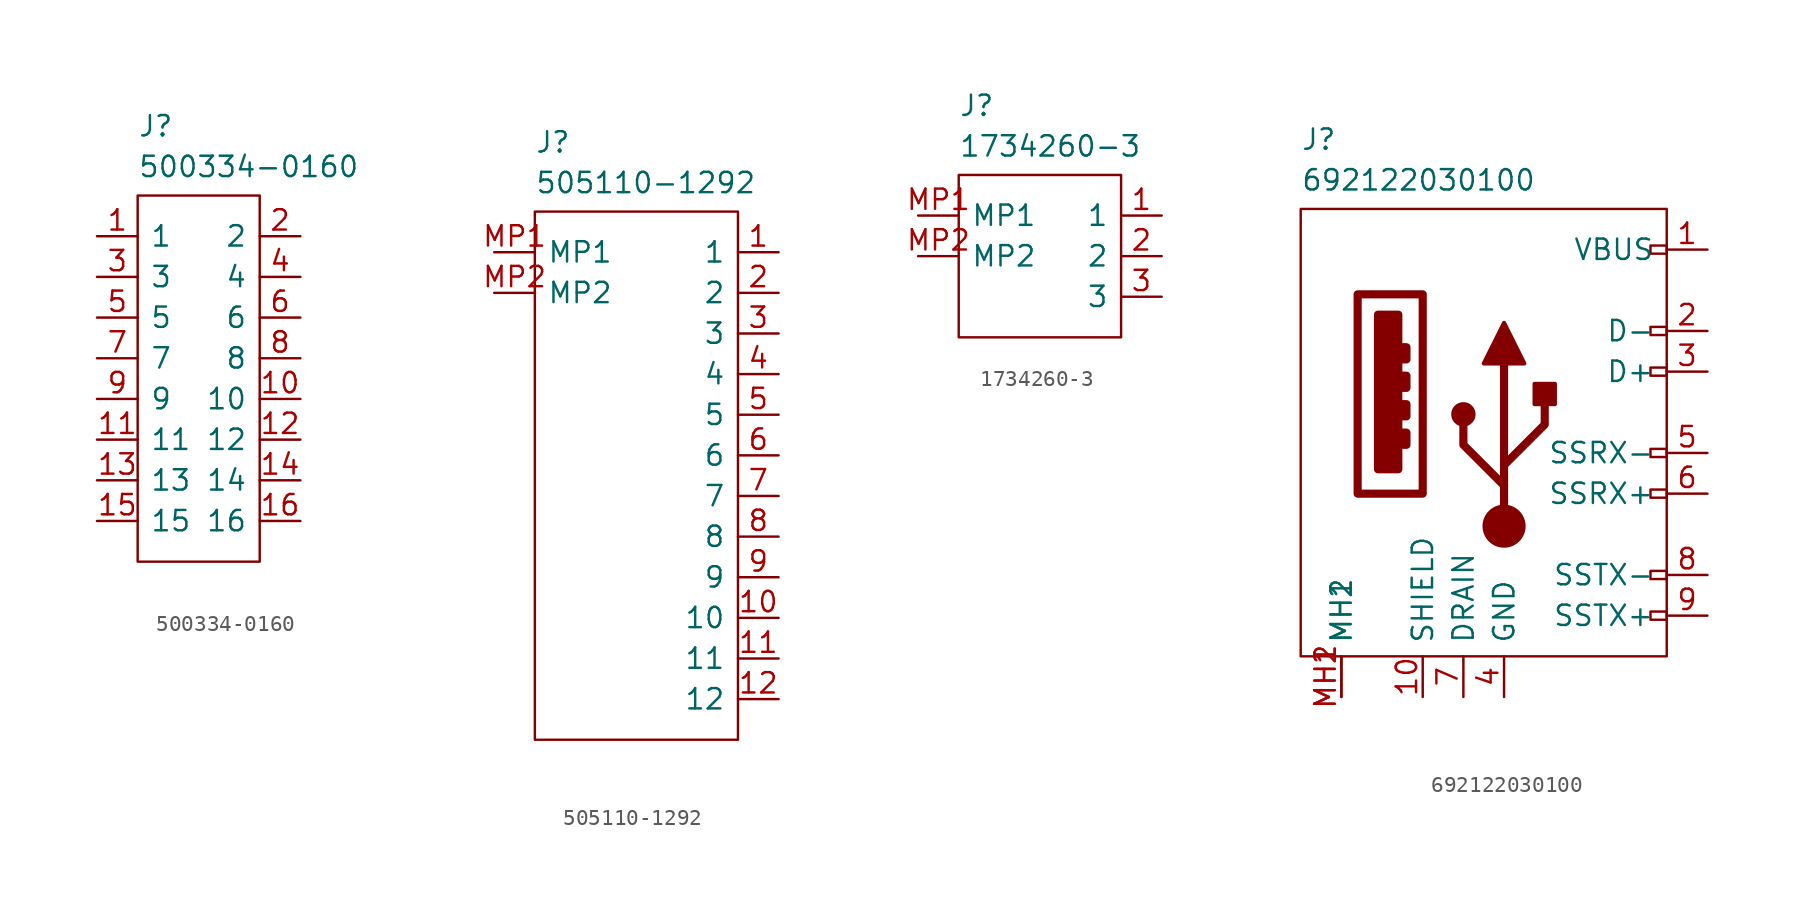
<source format=kicad_sym>
(kicad_symbol_lib
  (version 20241209)
  (generator "kicad_symbol_editor")
  (generator_version "9.0")
  (symbol "500334-0160"
    (pin_names
      (offset 0.762))
    (property "Reference" "J"
      (at 2.54 7.62 0)
      (effects (font (size 1.27 1.27)) (justify left top)))
    (property "Value" "500334-0160"
      (at 2.54 5.08 0)
      (effects (font (size 1.27 1.27)) (justify left top)))
    (symbol "500334-0160_0_0"
      (pin passive line (at 0 0 0) (length 2.54) (name "1" (effects (font (size 1.27 1.27)))) (number "1" (effects (font (size 1.27 1.27)))))
      (pin passive line (at 0 -2.54 0) (length 2.54) (name "3" (effects (font (size 1.27 1.27)))) (number "3" (effects (font (size 1.27 1.27)))))
      (pin passive line (at 0 -5.08 0) (length 2.54) (name "5" (effects (font (size 1.27 1.27)))) (number "5" (effects (font (size 1.27 1.27)))))
      (pin passive line (at 0 -7.62 0) (length 2.54) (name "7" (effects (font (size 1.27 1.27)))) (number "7" (effects (font (size 1.27 1.27)))))
      (pin passive line (at 0 -10.16 0) (length 2.54) (name "9" (effects (font (size 1.27 1.27)))) (number "9" (effects (font (size 1.27 1.27)))))
      (pin passive line (at 0 -12.7 0) (length 2.54) (name "11" (effects (font (size 1.27 1.27)))) (number "11" (effects (font (size 1.27 1.27)))))
      (pin passive line (at 0 -15.24 0) (length 2.54) (name "13" (effects (font (size 1.27 1.27)))) (number "13" (effects (font (size 1.27 1.27)))))
      (pin passive line (at 0 -17.78 0) (length 2.54) (name "15" (effects (font (size 1.27 1.27)))) (number "15" (effects (font (size 1.27 1.27)))))
      (pin passive line (at 12.7 0 180) (length 2.54) (name "2" (effects (font (size 1.27 1.27)))) (number "2" (effects (font (size 1.27 1.27)))))
      (pin passive line (at 12.7 -2.54 180) (length 2.54) (name "4" (effects (font (size 1.27 1.27)))) (number "4" (effects (font (size 1.27 1.27)))))
      (pin passive line (at 12.7 -5.08 180) (length 2.54) (name "6" (effects (font (size 1.27 1.27)))) (number "6" (effects (font (size 1.27 1.27)))))
      (pin passive line (at 12.7 -7.62 180) (length 2.54) (name "8" (effects (font (size 1.27 1.27)))) (number "8" (effects (font (size 1.27 1.27)))))
      (pin passive line (at 12.7 -10.16 180) (length 2.54) (name "10" (effects (font (size 1.27 1.27)))) (number "10" (effects (font (size 1.27 1.27)))))
      (pin passive line (at 12.7 -12.7 180) (length 2.54) (name "12" (effects (font (size 1.27 1.27)))) (number "12" (effects (font (size 1.27 1.27)))))
      (pin passive line (at 12.7 -15.24 180) (length 2.54) (name "14" (effects (font (size 1.27 1.27)))) (number "14" (effects (font (size 1.27 1.27)))))
      (pin passive line (at 12.7 -17.78 180) (length 2.54) (name "16" (effects (font (size 1.27 1.27)))) (number "16" (effects (font (size 1.27 1.27))))))
    (symbol "500334-0160_0_1"
      (rectangle (start 2.54 2.54) (end 10.16 -20.32) (stroke (width 0.152) (type default)) (fill (type none)))))
  (symbol "505110-1292"
    (pin_names
      (offset 0.762))
    (property "Reference" "J"
      (at 2.54 7.62 0)
      (effects (font (size 1.27 1.27)) (justify left top)))
    (property "Value" "505110-1292"
      (at 2.54 5.08 0)
      (effects (font (size 1.27 1.27)) (justify left top)))
    (symbol "505110-1292_0_0"
      (pin passive line (at 0 0 0) (length 2.54) (name "MP1" (effects (font (size 1.27 1.27)))) (number "MP1" (effects (font (size 1.27 1.27)))))
      (pin passive line (at 0 -2.54 0) (length 2.54) (name "MP2" (effects (font (size 1.27 1.27)))) (number "MP2" (effects (font (size 1.27 1.27)))))
      (pin passive line (at 17.78 0 180) (length 2.54) (name "1" (effects (font (size 1.27 1.27)))) (number "1" (effects (font (size 1.27 1.27)))))
      (pin passive line (at 17.78 -2.54 180) (length 2.54) (name "2" (effects (font (size 1.27 1.27)))) (number "2" (effects (font (size 1.27 1.27)))))
      (pin passive line (at 17.78 -5.08 180) (length 2.54) (name "3" (effects (font (size 1.27 1.27)))) (number "3" (effects (font (size 1.27 1.27)))))
      (pin passive line (at 17.78 -7.62 180) (length 2.54) (name "4" (effects (font (size 1.27 1.27)))) (number "4" (effects (font (size 1.27 1.27)))))
      (pin passive line (at 17.78 -10.16 180) (length 2.54) (name "5" (effects (font (size 1.27 1.27)))) (number "5" (effects (font (size 1.27 1.27)))))
      (pin passive line (at 17.78 -12.7 180) (length 2.54) (name "6" (effects (font (size 1.27 1.27)))) (number "6" (effects (font (size 1.27 1.27)))))
      (pin passive line (at 17.78 -15.24 180) (length 2.54) (name "7" (effects (font (size 1.27 1.27)))) (number "7" (effects (font (size 1.27 1.27)))))
      (pin passive line (at 17.78 -17.78 180) (length 2.54) (name "8" (effects (font (size 1.27 1.27)))) (number "8" (effects (font (size 1.27 1.27)))))
      (pin passive line (at 17.78 -20.32 180) (length 2.54) (name "9" (effects (font (size 1.27 1.27)))) (number "9" (effects (font (size 1.27 1.27)))))
      (pin passive line (at 17.78 -22.86 180) (length 2.54) (name "10" (effects (font (size 1.27 1.27)))) (number "10" (effects (font (size 1.27 1.27)))))
      (pin passive line (at 17.78 -25.4 180) (length 2.54) (name "11" (effects (font (size 1.27 1.27)))) (number "11" (effects (font (size 1.27 1.27)))))
      (pin passive line (at 17.78 -27.94 180) (length 2.54) (name "12" (effects (font (size 1.27 1.27)))) (number "12" (effects (font (size 1.27 1.27))))))
    (symbol "505110-1292_0_1"
      (polyline (pts (xy 2.54 2.54) (xy 15.24 2.54) (xy 15.24 -30.48) (xy 2.54 -30.48) (xy 2.54 2.54)) (stroke (width 0.152) (type default)) (fill (type none)))))
  (symbol "1734260-3"
    (pin_names
      (offset 0.762))
    (property "Reference" "J"
      (at 2.54 7.62 0)
      (effects (font (size 1.27 1.27)) (justify left top)))
    (property "Value" "1734260-3"
      (at 2.54 5.08 0)
      (effects (font (size 1.27 1.27)) (justify left top)))
    (symbol "1734260-3_0_0"
      (pin passive line (at 0 0 0) (length 2.54) (name "MP1" (effects (font (size 1.27 1.27)))) (number "MP1" (effects (font (size 1.27 1.27)))))
      (pin passive line (at 0 -2.54 0) (length 2.54) (name "MP2" (effects (font (size 1.27 1.27)))) (number "MP2" (effects (font (size 1.27 1.27)))))
      (pin passive line (at 15.24 0 180) (length 2.54) (name "1" (effects (font (size 1.27 1.27)))) (number "1" (effects (font (size 1.27 1.27)))))
      (pin passive line (at 15.24 -2.54 180) (length 2.54) (name "2" (effects (font (size 1.27 1.27)))) (number "2" (effects (font (size 1.27 1.27)))))
      (pin passive line (at 15.24 -5.08 180) (length 2.54) (name "3" (effects (font (size 1.27 1.27)))) (number "3" (effects (font (size 1.27 1.27))))))
    (symbol "1734260-3_0_1"
      (polyline (pts (xy 2.54 2.54) (xy 12.7 2.54) (xy 12.7 -7.62) (xy 2.54 -7.62) (xy 2.54 2.54)) (stroke (width 0.152) (type default)) (fill (type none)))))
  (symbol "692122030100"
    (pin_names
      (offset 0.762))
    (property "Reference" "J"
      (at -25.4 7.62 0)
      (effects (font (size 1.27 1.27)) (justify left top)))
    (property "Value" "692122030100"
      (at -25.4 5.08 0)
      (effects (font (size 1.27 1.27)) (justify left top)))
    (symbol "692122030100_0_0"
      (rectangle (start -21.844 -2.794) (end -17.78 -15.24) (stroke (width 0.508) (type default)) (fill (type none)))
      (rectangle (start -20.574 -4.064) (end -19.304 -13.716) (stroke (width 0.508) (type default)) (fill (type outline)))
      (rectangle (start -19.05 -6.096) (end -18.796 -6.858) (stroke (width 0.508) (type default)) (fill (type none)))
      (rectangle (start -19.05 -7.874) (end -18.796 -8.636) (stroke (width 0.508) (type default)) (fill (type none)))
      (rectangle (start -19.05 -9.652) (end -18.796 -10.414) (stroke (width 0.508) (type default)) (fill (type none)))
      (rectangle (start -19.05 -11.43) (end -18.796 -12.192) (stroke (width 0.508) (type default)) (fill (type none)))
      (rectangle (start -2.54 0.254) (end -3.556 -0.254) (stroke (width 0) (type default)) (fill (type none)))
      (rectangle (start -2.54 -4.826) (end -3.556 -5.334) (stroke (width 0) (type default)) (fill (type none)))
      (rectangle (start -2.54 -7.366) (end -3.556 -7.874) (stroke (width 0) (type default)) (fill (type none)))
      (rectangle (start -2.54 -12.446) (end -3.556 -12.954) (stroke (width 0) (type default)) (fill (type none)))
      (rectangle (start -2.54 -14.986) (end -3.556 -15.494) (stroke (width 0) (type default)) (fill (type none)))
      (rectangle (start -2.54 -20.066) (end -3.556 -20.574) (stroke (width 0) (type default)) (fill (type none)))
      (rectangle (start -2.54 -22.606) (end -3.556 -23.114) (stroke (width 0) (type default)) (fill (type none)))
      (pin passive line (at -22.86 -27.94 90) (length 2.54) (name "MH1" (effects (font (size 1.27 1.27)))) (number "MH1" (effects (font (size 1.27 1.27)))))
      (pin passive line (at -22.86 -27.94 90) (length 2.54) (name "MH2" (effects (font (size 1.27 1.27)))) (number "MH2" (effects (font (size 1.27 1.27))))))
    (symbol "692122030100_0_1"
      (rectangle (start -25.4 2.54) (end -2.54 -25.4) (stroke (width 0.152) (type default)) (fill (type none))))
    (symbol "692122030100_1_1"
      (circle (center -15.24 -10.287) (radius 0.635) (stroke (width 0.254) (type default)) (fill (type outline)))
      (polyline (pts (xy -13.97 -7.112) (xy -12.7 -4.572) (xy -11.43 -7.112) (xy -13.97 -7.112)) (stroke (width 0.254) (type default)) (fill (type outline)))
      (polyline (pts (xy -12.7 -13.462) (xy -10.16 -10.922) (xy -10.16 -9.652)) (stroke (width 0.508) (type default)) (fill (type none)))
      (polyline (pts (xy -12.7 -14.732) (xy -15.24 -12.192) (xy -15.24 -10.922)) (stroke (width 0.508) (type default)) (fill (type none)))
      (circle (center -12.7 -17.272) (radius 1.27) (stroke (width 0) (type default)) (fill (type outline)))
      (polyline (pts (xy -12.7 -17.272) (xy -12.7 -7.112)) (stroke (width 0.508) (type default)) (fill (type none)))
      (rectangle (start -10.795 -9.652) (end -9.525 -8.382) (stroke (width 0.254) (type default)) (fill (type outline)))
      (pin passive line (at -17.78 -27.94 90) (length 2.54) (name "SHIELD" (effects (font (size 1.27 1.27)))) (number "10" (effects (font (size 1.27 1.27)))))
      (pin passive line (at -15.24 -27.94 90) (length 2.54) (name "DRAIN" (effects (font (size 1.27 1.27)))) (number "7" (effects (font (size 1.27 1.27)))))
      (pin power_in line (at -12.7 -27.94 90) (length 2.54) (name "GND" (effects (font (size 1.27 1.27)))) (number "4" (effects (font (size 1.27 1.27)))))
      (pin power_in line (at 0 0 180) (length 2.54) (name "VBUS" (effects (font (size 1.27 1.27)))) (number "1" (effects (font (size 1.27 1.27)))))
      (pin bidirectional line (at 0 -5.08 180) (length 2.54) (name "D-" (effects (font (size 1.27 1.27)))) (number "2" (effects (font (size 1.27 1.27)))))
      (pin bidirectional line (at 0 -7.62 180) (length 2.54) (name "D+" (effects (font (size 1.27 1.27)))) (number "3" (effects (font (size 1.27 1.27)))))
      (pin output line (at 0 -12.7 180) (length 2.54) (name "SSRX-" (effects (font (size 1.27 1.27)))) (number "5" (effects (font (size 1.27 1.27)))))
      (pin output line (at 0 -15.24 180) (length 2.54) (name "SSRX+" (effects (font (size 1.27 1.27)))) (number "6" (effects (font (size 1.27 1.27)))))
      (pin input line (at 0 -20.32 180) (length 2.54) (name "SSTX-" (effects (font (size 1.27 1.27)))) (number "8" (effects (font (size 1.27 1.27)))))
      (pin input line (at 0 -22.86 180) (length 2.54) (name "SSTX+" (effects (font (size 1.27 1.27)))) (number "9" (effects (font (size 1.27 1.27))))))))
</source>
